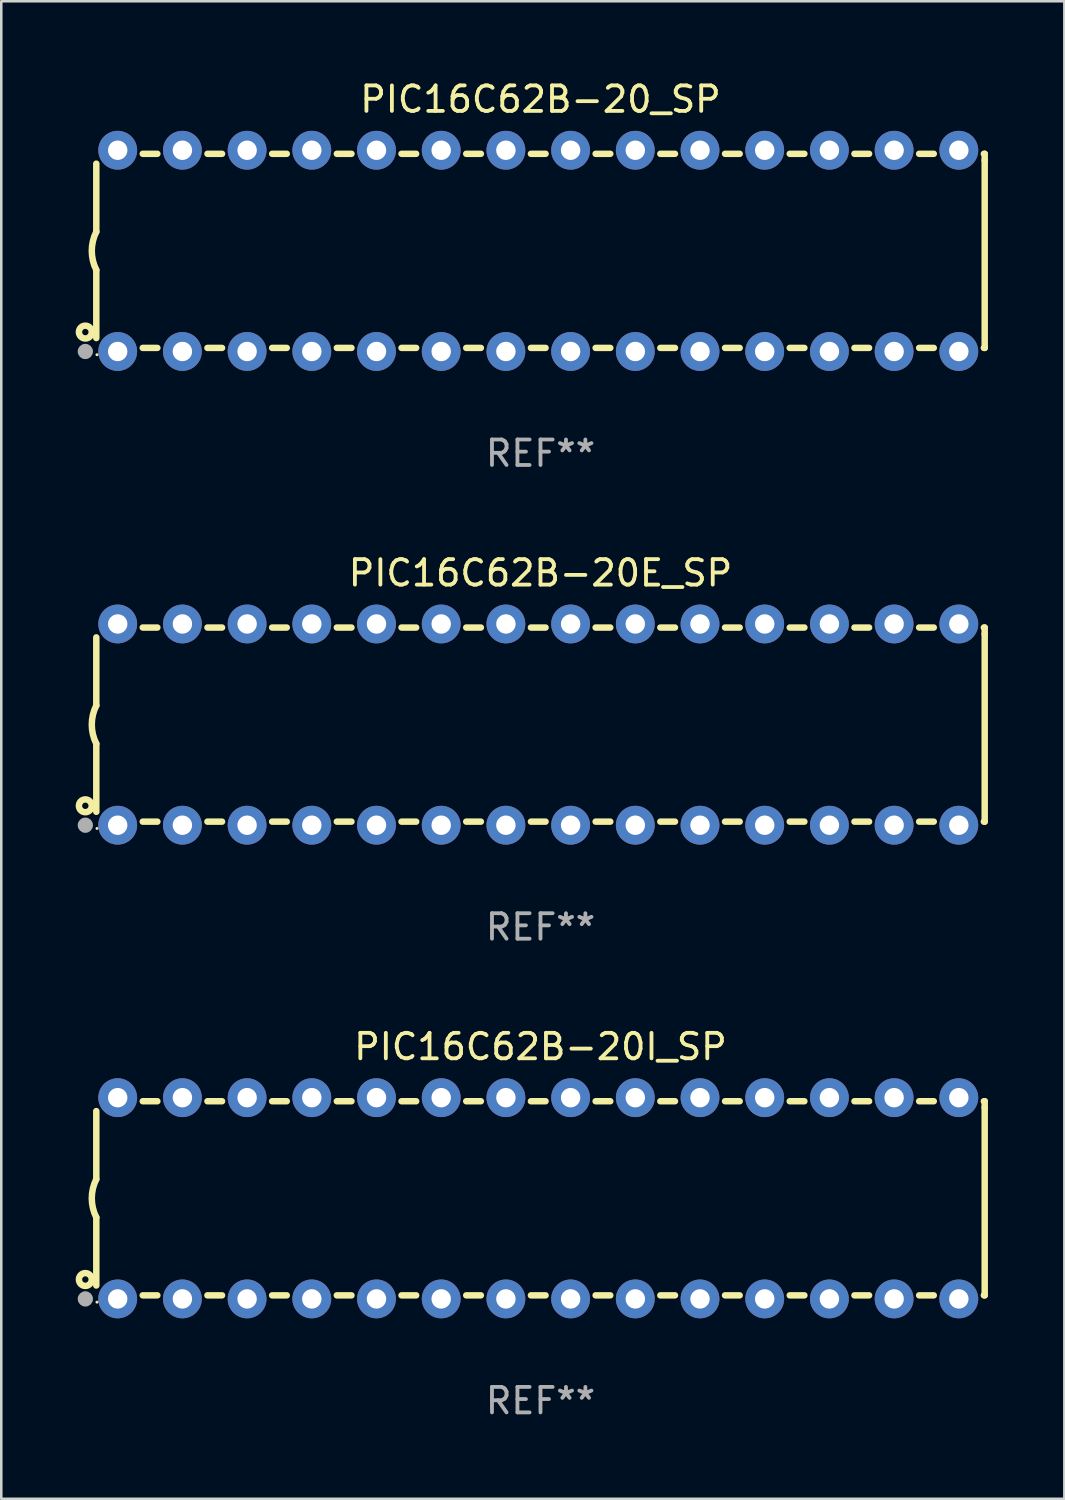
<source format=kicad_pcb>
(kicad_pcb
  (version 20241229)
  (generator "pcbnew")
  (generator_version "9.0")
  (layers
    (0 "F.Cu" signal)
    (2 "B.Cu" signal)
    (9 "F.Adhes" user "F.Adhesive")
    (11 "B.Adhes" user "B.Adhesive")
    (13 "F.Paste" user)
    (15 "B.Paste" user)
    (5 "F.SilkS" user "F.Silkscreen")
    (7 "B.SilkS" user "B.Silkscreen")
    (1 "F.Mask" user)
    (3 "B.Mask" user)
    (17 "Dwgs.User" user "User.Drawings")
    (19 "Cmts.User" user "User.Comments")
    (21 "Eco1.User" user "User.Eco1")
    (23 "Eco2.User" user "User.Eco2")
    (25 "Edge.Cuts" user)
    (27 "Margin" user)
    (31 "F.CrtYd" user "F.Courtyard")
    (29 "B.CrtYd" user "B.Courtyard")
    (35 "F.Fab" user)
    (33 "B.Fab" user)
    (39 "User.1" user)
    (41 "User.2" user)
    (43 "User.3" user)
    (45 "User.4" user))
  (footprint "PIC16C62B-20I_SP"
    (layer "F.Cu")
    (at 18.168 43.991)
    (property "Reference" "PIC16C62B-20I_SP" (at 0 -5.95 0) (layer "F.SilkS") (effects (font (size 1 1) (thickness 0.15))))
    (attr through_hole)
    (fp_line (start -17.438 0.75) (end -17.438 3.423) (stroke (width 0.254) (type solid)) (layer "F.SilkS"))
    (fp_line (start -17.438 -3.423) (end -17.438 -0.75) (stroke (width 0.254) (type solid)) (layer "F.SilkS"))
    (fp_line (start -15.615 3.81) (end -15.041 3.81) (stroke (width 0.254) (type solid)) (layer "F.SilkS"))
    (fp_line (start -15.041 -3.81) (end -15.614 -3.81) (stroke (width 0.254) (type solid)) (layer "F.SilkS"))
    (fp_line (start -13.075 3.81) (end -12.501 3.81) (stroke (width 0.254) (type solid)) (layer "F.SilkS"))
    (fp_line (start -12.501 -3.81) (end -13.074 -3.81) (stroke (width 0.254) (type solid)) (layer "F.SilkS"))
    (fp_line (start -10.535 3.81) (end -9.961 3.81) (stroke (width 0.254) (type solid)) (layer "F.SilkS"))
    (fp_line (start -9.961 -3.81) (end -10.534 -3.81) (stroke (width 0.254) (type solid)) (layer "F.SilkS"))
    (fp_line (start -7.995 3.81) (end -7.421 3.81) (stroke (width 0.254) (type solid)) (layer "F.SilkS"))
    (fp_line (start -7.421 -3.81) (end -7.995 -3.81) (stroke (width 0.254) (type solid)) (layer "F.SilkS"))
    (fp_line (start -5.455 3.81) (end -4.881 3.81) (stroke (width 0.254) (type solid)) (layer "F.SilkS"))
    (fp_line (start -4.881 -3.81) (end -5.455 -3.81) (stroke (width 0.254) (type solid)) (layer "F.SilkS"))
    (fp_line (start -2.915 3.81) (end -2.341 3.81) (stroke (width 0.254) (type solid)) (layer "F.SilkS"))
    (fp_line (start -2.341 -3.81) (end -2.915 -3.81) (stroke (width 0.254) (type solid)) (layer "F.SilkS"))
    (fp_line (start -0.375 3.81) (end 0.199 3.81) (stroke (width 0.254) (type solid)) (layer "F.SilkS"))
    (fp_line (start 0.199 -3.81) (end -0.375 -3.81) (stroke (width 0.254) (type solid)) (layer "F.SilkS"))
    (fp_line (start 2.165 3.81) (end 2.739 3.81) (stroke (width 0.254) (type solid)) (layer "F.SilkS"))
    (fp_line (start 2.739 -3.81) (end 2.165 -3.81) (stroke (width 0.254) (type solid)) (layer "F.SilkS"))
    (fp_line (start 4.705 3.81) (end 5.279 3.81) (stroke (width 0.254) (type solid)) (layer "F.SilkS"))
    (fp_line (start 5.279 -3.81) (end 4.705 -3.81) (stroke (width 0.254) (type solid)) (layer "F.SilkS"))
    (fp_line (start 7.245 3.81) (end 7.819 3.81) (stroke (width 0.254) (type solid)) (layer "F.SilkS"))
    (fp_line (start 7.819 -3.81) (end 7.245 -3.81) (stroke (width 0.254) (type solid)) (layer "F.SilkS"))
    (fp_line (start 9.785 3.81) (end 10.359 3.81) (stroke (width 0.254) (type solid)) (layer "F.SilkS"))
    (fp_line (start 10.359 -3.81) (end 9.785 -3.81) (stroke (width 0.254) (type solid)) (layer "F.SilkS"))
    (fp_line (start 12.325 3.81) (end 12.899 3.81) (stroke (width 0.254) (type solid)) (layer "F.SilkS"))
    (fp_line (start 12.899 -3.81) (end 12.325 -3.81) (stroke (width 0.254) (type solid)) (layer "F.SilkS"))
    (fp_line (start 14.865 3.81) (end 15.439 3.81) (stroke (width 0.254) (type solid)) (layer "F.SilkS"))
    (fp_line (start 15.439 -3.81) (end 14.865 -3.81) (stroke (width 0.254) (type solid)) (layer "F.SilkS"))
    (fp_line (start 17.405 3.81) (end 17.438 3.81) (stroke (width 0.254) (type solid)) (layer "F.SilkS"))
    (fp_line (start 17.438 -3.81) (end 17.405 -3.81) (stroke (width 0.254) (type solid)) (layer "F.SilkS"))
    (fp_line (start 17.438 -3.556) (end 17.438 -3.81) (stroke (width 0.254) (type solid)) (layer "F.SilkS"))
    (fp_line (start 17.438 3.81) (end 17.438 -3.556) (stroke (width 0.254) (type solid)) (layer "F.SilkS"))
    (fp_arc (start -17.437986 0.749657) (mid -17.614887 -0.000024) (end -17.437783 -0.749657) (stroke (width 0.254001) (type solid)) (layer "F.SilkS"))
    (fp_circle (center -17.868 3.188) (end -17.743 3.188) (stroke (width 0.254) (type solid)) (fill no) (layer "F.SilkS"))
    (fp_circle (center -17.411 4.077) (end -17.381 4.077) (stroke (width 0.06) (type solid)) (fill no) (layer "F.SilkS"))
    (fp_circle (center -17.868 3.95) (end -17.718 3.95) (stroke (width 0.3) (type solid)) (fill no) (layer "F.Fab"))
    (fp_text user "REF**" (at 0 7.95 0) (layer "F.Fab") (effects (font (size 1 1) (thickness 0.15))))
    (pad "1" thru_hole circle (at -16.598 3.95) (size 1.524 1.524) (drill 0.762) (layers "*.Cu" "*.Mask"))
    (pad "2" thru_hole circle (at -14.058 3.95) (size 1.524 1.524) (drill 0.762) (layers "*.Cu" "*.Mask"))
    (pad "3" thru_hole circle (at -11.518 3.95) (size 1.524 1.524) (drill 0.762) (layers "*.Cu" "*.Mask"))
    (pad "4" thru_hole circle (at -8.978 3.95) (size 1.524 1.524) (drill 0.762) (layers "*.Cu" "*.Mask"))
    (pad "5" thru_hole circle (at -6.438 3.95) (size 1.524 1.524) (drill 0.762) (layers "*.Cu" "*.Mask"))
    (pad "6" thru_hole circle (at -3.898 3.95) (size 1.524 1.524) (drill 0.762) (layers "*.Cu" "*.Mask"))
    (pad "7" thru_hole circle (at -1.358 3.95) (size 1.524 1.524) (drill 0.762) (layers "*.Cu" "*.Mask"))
    (pad "8" thru_hole circle (at 1.182 3.95) (size 1.524 1.524) (drill 0.762) (layers "*.Cu" "*.Mask"))
    (pad "9" thru_hole circle (at 3.722 3.95) (size 1.524 1.524) (drill 0.762) (layers "*.Cu" "*.Mask"))
    (pad "10" thru_hole circle (at 6.262 3.95) (size 1.524 1.524) (drill 0.762) (layers "*.Cu" "*.Mask"))
    (pad "11" thru_hole circle (at 8.802 3.95) (size 1.524 1.524) (drill 0.762) (layers "*.Cu" "*.Mask"))
    (pad "12" thru_hole circle (at 11.342 3.95) (size 1.524 1.524) (drill 0.762) (layers "*.Cu" "*.Mask"))
    (pad "13" thru_hole circle (at 13.882 3.95) (size 1.524 1.524) (drill 0.762) (layers "*.Cu" "*.Mask"))
    (pad "14" thru_hole circle (at 16.422 3.95) (size 1.524 1.524) (drill 0.762) (layers "*.Cu" "*.Mask"))
    (pad "15" thru_hole circle (at 16.422 -3.95) (size 1.524 1.524) (drill 0.762) (layers "*.Cu" "*.Mask"))
    (pad "16" thru_hole circle (at 13.882 -3.95) (size 1.524 1.524) (drill 0.762) (layers "*.Cu" "*.Mask"))
    (pad "17" thru_hole circle (at 11.342 -3.95) (size 1.524 1.524) (drill 0.762) (layers "*.Cu" "*.Mask"))
    (pad "18" thru_hole circle (at 8.802 -3.95) (size 1.524 1.524) (drill 0.762) (layers "*.Cu" "*.Mask"))
    (pad "19" thru_hole circle (at 6.262 -3.95) (size 1.524 1.524) (drill 0.762) (layers "*.Cu" "*.Mask"))
    (pad "20" thru_hole circle (at 3.722 -3.95) (size 1.524 1.524) (drill 0.762) (layers "*.Cu" "*.Mask"))
    (pad "21" thru_hole circle (at 1.182 -3.95) (size 1.524 1.524) (drill 0.762) (layers "*.Cu" "*.Mask"))
    (pad "22" thru_hole circle (at -1.358 -3.95) (size 1.524 1.524) (drill 0.762) (layers "*.Cu" "*.Mask"))
    (pad "23" thru_hole circle (at -3.898 -3.95) (size 1.524 1.524) (drill 0.762) (layers "*.Cu" "*.Mask"))
    (pad "24" thru_hole circle (at -6.438 -3.95) (size 1.524 1.524) (drill 0.762) (layers "*.Cu" "*.Mask"))
    (pad "25" thru_hole circle (at -8.978 -3.95) (size 1.524 1.524) (drill 0.762) (layers "*.Cu" "*.Mask"))
    (pad "26" thru_hole circle (at -11.517 -3.95) (size 1.524 1.524) (drill 0.762) (layers "*.Cu" "*.Mask"))
    (pad "27" thru_hole circle (at -14.057 -3.95) (size 1.524 1.524) (drill 0.762) (layers "*.Cu" "*.Mask"))
    (pad "28" thru_hole circle (at -16.597 -3.95) (size 1.524 1.524) (drill 0.762) (layers "*.Cu" "*.Mask")))
  (footprint "PIC16C62B-20_SP"
    (layer "F.Cu")
    (at 18.168 6.798)
    (property "Reference" "PIC16C62B-20_SP" (at 0 -5.95 0) (layer "F.SilkS") (effects (font (size 1 1) (thickness 0.15))))
    (attr through_hole)
    (fp_line (start -17.438 0.75) (end -17.438 3.423) (stroke (width 0.254) (type solid)) (layer "F.SilkS"))
    (fp_line (start -17.438 -3.423) (end -17.438 -0.75) (stroke (width 0.254) (type solid)) (layer "F.SilkS"))
    (fp_line (start -15.615 3.81) (end -15.041 3.81) (stroke (width 0.254) (type solid)) (layer "F.SilkS"))
    (fp_line (start -15.041 -3.81) (end -15.614 -3.81) (stroke (width 0.254) (type solid)) (layer "F.SilkS"))
    (fp_line (start -13.075 3.81) (end -12.501 3.81) (stroke (width 0.254) (type solid)) (layer "F.SilkS"))
    (fp_line (start -12.501 -3.81) (end -13.074 -3.81) (stroke (width 0.254) (type solid)) (layer "F.SilkS"))
    (fp_line (start -10.535 3.81) (end -9.961 3.81) (stroke (width 0.254) (type solid)) (layer "F.SilkS"))
    (fp_line (start -9.961 -3.81) (end -10.534 -3.81) (stroke (width 0.254) (type solid)) (layer "F.SilkS"))
    (fp_line (start -7.995 3.81) (end -7.421 3.81) (stroke (width 0.254) (type solid)) (layer "F.SilkS"))
    (fp_line (start -7.421 -3.81) (end -7.995 -3.81) (stroke (width 0.254) (type solid)) (layer "F.SilkS"))
    (fp_line (start -5.455 3.81) (end -4.881 3.81) (stroke (width 0.254) (type solid)) (layer "F.SilkS"))
    (fp_line (start -4.881 -3.81) (end -5.455 -3.81) (stroke (width 0.254) (type solid)) (layer "F.SilkS"))
    (fp_line (start -2.915 3.81) (end -2.341 3.81) (stroke (width 0.254) (type solid)) (layer "F.SilkS"))
    (fp_line (start -2.341 -3.81) (end -2.915 -3.81) (stroke (width 0.254) (type solid)) (layer "F.SilkS"))
    (fp_line (start -0.375 3.81) (end 0.199 3.81) (stroke (width 0.254) (type solid)) (layer "F.SilkS"))
    (fp_line (start 0.199 -3.81) (end -0.375 -3.81) (stroke (width 0.254) (type solid)) (layer "F.SilkS"))
    (fp_line (start 2.165 3.81) (end 2.739 3.81) (stroke (width 0.254) (type solid)) (layer "F.SilkS"))
    (fp_line (start 2.739 -3.81) (end 2.165 -3.81) (stroke (width 0.254) (type solid)) (layer "F.SilkS"))
    (fp_line (start 4.705 3.81) (end 5.279 3.81) (stroke (width 0.254) (type solid)) (layer "F.SilkS"))
    (fp_line (start 5.279 -3.81) (end 4.705 -3.81) (stroke (width 0.254) (type solid)) (layer "F.SilkS"))
    (fp_line (start 7.245 3.81) (end 7.819 3.81) (stroke (width 0.254) (type solid)) (layer "F.SilkS"))
    (fp_line (start 7.819 -3.81) (end 7.245 -3.81) (stroke (width 0.254) (type solid)) (layer "F.SilkS"))
    (fp_line (start 9.785 3.81) (end 10.359 3.81) (stroke (width 0.254) (type solid)) (layer "F.SilkS"))
    (fp_line (start 10.359 -3.81) (end 9.785 -3.81) (stroke (width 0.254) (type solid)) (layer "F.SilkS"))
    (fp_line (start 12.325 3.81) (end 12.899 3.81) (stroke (width 0.254) (type solid)) (layer "F.SilkS"))
    (fp_line (start 12.899 -3.81) (end 12.325 -3.81) (stroke (width 0.254) (type solid)) (layer "F.SilkS"))
    (fp_line (start 14.865 3.81) (end 15.439 3.81) (stroke (width 0.254) (type solid)) (layer "F.SilkS"))
    (fp_line (start 15.439 -3.81) (end 14.865 -3.81) (stroke (width 0.254) (type solid)) (layer "F.SilkS"))
    (fp_line (start 17.405 3.81) (end 17.438 3.81) (stroke (width 0.254) (type solid)) (layer "F.SilkS"))
    (fp_line (start 17.438 -3.81) (end 17.405 -3.81) (stroke (width 0.254) (type solid)) (layer "F.SilkS"))
    (fp_line (start 17.438 -3.556) (end 17.438 -3.81) (stroke (width 0.254) (type solid)) (layer "F.SilkS"))
    (fp_line (start 17.438 3.81) (end 17.438 -3.556) (stroke (width 0.254) (type solid)) (layer "F.SilkS"))
    (fp_arc (start -17.437986 0.749657) (mid -17.614887 -0.000024) (end -17.437783 -0.749657) (stroke (width 0.254001) (type solid)) (layer "F.SilkS"))
    (fp_circle (center -17.868 3.188) (end -17.743 3.188) (stroke (width 0.254) (type solid)) (fill no) (layer "F.SilkS"))
    (fp_circle (center -17.411 4.077) (end -17.381 4.077) (stroke (width 0.06) (type solid)) (fill no) (layer "F.SilkS"))
    (fp_circle (center -17.868 3.95) (end -17.718 3.95) (stroke (width 0.3) (type solid)) (fill no) (layer "F.Fab"))
    (fp_text user "REF**" (at 0 7.95 0) (layer "F.Fab") (effects (font (size 1 1) (thickness 0.15))))
    (pad "1" thru_hole circle (at -16.598 3.95) (size 1.524 1.524) (drill 0.762) (layers "*.Cu" "*.Mask"))
    (pad "2" thru_hole circle (at -14.058 3.95) (size 1.524 1.524) (drill 0.762) (layers "*.Cu" "*.Mask"))
    (pad "3" thru_hole circle (at -11.518 3.95) (size 1.524 1.524) (drill 0.762) (layers "*.Cu" "*.Mask"))
    (pad "4" thru_hole circle (at -8.978 3.95) (size 1.524 1.524) (drill 0.762) (layers "*.Cu" "*.Mask"))
    (pad "5" thru_hole circle (at -6.438 3.95) (size 1.524 1.524) (drill 0.762) (layers "*.Cu" "*.Mask"))
    (pad "6" thru_hole circle (at -3.898 3.95) (size 1.524 1.524) (drill 0.762) (layers "*.Cu" "*.Mask"))
    (pad "7" thru_hole circle (at -1.358 3.95) (size 1.524 1.524) (drill 0.762) (layers "*.Cu" "*.Mask"))
    (pad "8" thru_hole circle (at 1.182 3.95) (size 1.524 1.524) (drill 0.762) (layers "*.Cu" "*.Mask"))
    (pad "9" thru_hole circle (at 3.722 3.95) (size 1.524 1.524) (drill 0.762) (layers "*.Cu" "*.Mask"))
    (pad "10" thru_hole circle (at 6.262 3.95) (size 1.524 1.524) (drill 0.762) (layers "*.Cu" "*.Mask"))
    (pad "11" thru_hole circle (at 8.802 3.95) (size 1.524 1.524) (drill 0.762) (layers "*.Cu" "*.Mask"))
    (pad "12" thru_hole circle (at 11.342 3.95) (size 1.524 1.524) (drill 0.762) (layers "*.Cu" "*.Mask"))
    (pad "13" thru_hole circle (at 13.882 3.95) (size 1.524 1.524) (drill 0.762) (layers "*.Cu" "*.Mask"))
    (pad "14" thru_hole circle (at 16.422 3.95) (size 1.524 1.524) (drill 0.762) (layers "*.Cu" "*.Mask"))
    (pad "15" thru_hole circle (at 16.422 -3.95) (size 1.524 1.524) (drill 0.762) (layers "*.Cu" "*.Mask"))
    (pad "16" thru_hole circle (at 13.882 -3.95) (size 1.524 1.524) (drill 0.762) (layers "*.Cu" "*.Mask"))
    (pad "17" thru_hole circle (at 11.342 -3.95) (size 1.524 1.524) (drill 0.762) (layers "*.Cu" "*.Mask"))
    (pad "18" thru_hole circle (at 8.802 -3.95) (size 1.524 1.524) (drill 0.762) (layers "*.Cu" "*.Mask"))
    (pad "19" thru_hole circle (at 6.262 -3.95) (size 1.524 1.524) (drill 0.762) (layers "*.Cu" "*.Mask"))
    (pad "20" thru_hole circle (at 3.722 -3.95) (size 1.524 1.524) (drill 0.762) (layers "*.Cu" "*.Mask"))
    (pad "21" thru_hole circle (at 1.182 -3.95) (size 1.524 1.524) (drill 0.762) (layers "*.Cu" "*.Mask"))
    (pad "22" thru_hole circle (at -1.358 -3.95) (size 1.524 1.524) (drill 0.762) (layers "*.Cu" "*.Mask"))
    (pad "23" thru_hole circle (at -3.898 -3.95) (size 1.524 1.524) (drill 0.762) (layers "*.Cu" "*.Mask"))
    (pad "24" thru_hole circle (at -6.438 -3.95) (size 1.524 1.524) (drill 0.762) (layers "*.Cu" "*.Mask"))
    (pad "25" thru_hole circle (at -8.978 -3.95) (size 1.524 1.524) (drill 0.762) (layers "*.Cu" "*.Mask"))
    (pad "26" thru_hole circle (at -11.517 -3.95) (size 1.524 1.524) (drill 0.762) (layers "*.Cu" "*.Mask"))
    (pad "27" thru_hole circle (at -14.057 -3.95) (size 1.524 1.524) (drill 0.762) (layers "*.Cu" "*.Mask"))
    (pad "28" thru_hole circle (at -16.597 -3.95) (size 1.524 1.524) (drill 0.762) (layers "*.Cu" "*.Mask")))
  (footprint "PIC16C62B-20E_SP"
    (layer "F.Cu")
    (at 18.168 25.395)
    (property "Reference" "PIC16C62B-20E_SP" (at 0 -5.95 0) (layer "F.SilkS") (effects (font (size 1 1) (thickness 0.15))))
    (attr through_hole)
    (fp_line (start -17.438 0.75) (end -17.438 3.423) (stroke (width 0.254) (type solid)) (layer "F.SilkS"))
    (fp_line (start -17.438 -3.423) (end -17.438 -0.75) (stroke (width 0.254) (type solid)) (layer "F.SilkS"))
    (fp_line (start -15.615 3.81) (end -15.041 3.81) (stroke (width 0.254) (type solid)) (layer "F.SilkS"))
    (fp_line (start -15.041 -3.81) (end -15.614 -3.81) (stroke (width 0.254) (type solid)) (layer "F.SilkS"))
    (fp_line (start -13.075 3.81) (end -12.501 3.81) (stroke (width 0.254) (type solid)) (layer "F.SilkS"))
    (fp_line (start -12.501 -3.81) (end -13.074 -3.81) (stroke (width 0.254) (type solid)) (layer "F.SilkS"))
    (fp_line (start -10.535 3.81) (end -9.961 3.81) (stroke (width 0.254) (type solid)) (layer "F.SilkS"))
    (fp_line (start -9.961 -3.81) (end -10.534 -3.81) (stroke (width 0.254) (type solid)) (layer "F.SilkS"))
    (fp_line (start -7.995 3.81) (end -7.421 3.81) (stroke (width 0.254) (type solid)) (layer "F.SilkS"))
    (fp_line (start -7.421 -3.81) (end -7.995 -3.81) (stroke (width 0.254) (type solid)) (layer "F.SilkS"))
    (fp_line (start -5.455 3.81) (end -4.881 3.81) (stroke (width 0.254) (type solid)) (layer "F.SilkS"))
    (fp_line (start -4.881 -3.81) (end -5.455 -3.81) (stroke (width 0.254) (type solid)) (layer "F.SilkS"))
    (fp_line (start -2.915 3.81) (end -2.341 3.81) (stroke (width 0.254) (type solid)) (layer "F.SilkS"))
    (fp_line (start -2.341 -3.81) (end -2.915 -3.81) (stroke (width 0.254) (type solid)) (layer "F.SilkS"))
    (fp_line (start -0.375 3.81) (end 0.199 3.81) (stroke (width 0.254) (type solid)) (layer "F.SilkS"))
    (fp_line (start 0.199 -3.81) (end -0.375 -3.81) (stroke (width 0.254) (type solid)) (layer "F.SilkS"))
    (fp_line (start 2.165 3.81) (end 2.739 3.81) (stroke (width 0.254) (type solid)) (layer "F.SilkS"))
    (fp_line (start 2.739 -3.81) (end 2.165 -3.81) (stroke (width 0.254) (type solid)) (layer "F.SilkS"))
    (fp_line (start 4.705 3.81) (end 5.279 3.81) (stroke (width 0.254) (type solid)) (layer "F.SilkS"))
    (fp_line (start 5.279 -3.81) (end 4.705 -3.81) (stroke (width 0.254) (type solid)) (layer "F.SilkS"))
    (fp_line (start 7.245 3.81) (end 7.819 3.81) (stroke (width 0.254) (type solid)) (layer "F.SilkS"))
    (fp_line (start 7.819 -3.81) (end 7.245 -3.81) (stroke (width 0.254) (type solid)) (layer "F.SilkS"))
    (fp_line (start 9.785 3.81) (end 10.359 3.81) (stroke (width 0.254) (type solid)) (layer "F.SilkS"))
    (fp_line (start 10.359 -3.81) (end 9.785 -3.81) (stroke (width 0.254) (type solid)) (layer "F.SilkS"))
    (fp_line (start 12.325 3.81) (end 12.899 3.81) (stroke (width 0.254) (type solid)) (layer "F.SilkS"))
    (fp_line (start 12.899 -3.81) (end 12.325 -3.81) (stroke (width 0.254) (type solid)) (layer "F.SilkS"))
    (fp_line (start 14.865 3.81) (end 15.439 3.81) (stroke (width 0.254) (type solid)) (layer "F.SilkS"))
    (fp_line (start 15.439 -3.81) (end 14.865 -3.81) (stroke (width 0.254) (type solid)) (layer "F.SilkS"))
    (fp_line (start 17.405 3.81) (end 17.438 3.81) (stroke (width 0.254) (type solid)) (layer "F.SilkS"))
    (fp_line (start 17.438 -3.81) (end 17.405 -3.81) (stroke (width 0.254) (type solid)) (layer "F.SilkS"))
    (fp_line (start 17.438 -3.556) (end 17.438 -3.81) (stroke (width 0.254) (type solid)) (layer "F.SilkS"))
    (fp_line (start 17.438 3.81) (end 17.438 -3.556) (stroke (width 0.254) (type solid)) (layer "F.SilkS"))
    (fp_arc (start -17.437986 0.749657) (mid -17.614887 -0.000024) (end -17.437783 -0.749657) (stroke (width 0.254001) (type solid)) (layer "F.SilkS"))
    (fp_circle (center -17.868 3.188) (end -17.743 3.188) (stroke (width 0.254) (type solid)) (fill no) (layer "F.SilkS"))
    (fp_circle (center -17.411 4.077) (end -17.381 4.077) (stroke (width 0.06) (type solid)) (fill no) (layer "F.SilkS"))
    (fp_circle (center -17.868 3.95) (end -17.718 3.95) (stroke (width 0.3) (type solid)) (fill no) (layer "F.Fab"))
    (fp_text user "REF**" (at 0 7.95 0) (layer "F.Fab") (effects (font (size 1 1) (thickness 0.15))))
    (pad "1" thru_hole circle (at -16.598 3.95) (size 1.524 1.524) (drill 0.762) (layers "*.Cu" "*.Mask"))
    (pad "2" thru_hole circle (at -14.058 3.95) (size 1.524 1.524) (drill 0.762) (layers "*.Cu" "*.Mask"))
    (pad "3" thru_hole circle (at -11.518 3.95) (size 1.524 1.524) (drill 0.762) (layers "*.Cu" "*.Mask"))
    (pad "4" thru_hole circle (at -8.978 3.95) (size 1.524 1.524) (drill 0.762) (layers "*.Cu" "*.Mask"))
    (pad "5" thru_hole circle (at -6.438 3.95) (size 1.524 1.524) (drill 0.762) (layers "*.Cu" "*.Mask"))
    (pad "6" thru_hole circle (at -3.898 3.95) (size 1.524 1.524) (drill 0.762) (layers "*.Cu" "*.Mask"))
    (pad "7" thru_hole circle (at -1.358 3.95) (size 1.524 1.524) (drill 0.762) (layers "*.Cu" "*.Mask"))
    (pad "8" thru_hole circle (at 1.182 3.95) (size 1.524 1.524) (drill 0.762) (layers "*.Cu" "*.Mask"))
    (pad "9" thru_hole circle (at 3.722 3.95) (size 1.524 1.524) (drill 0.762) (layers "*.Cu" "*.Mask"))
    (pad "10" thru_hole circle (at 6.262 3.95) (size 1.524 1.524) (drill 0.762) (layers "*.Cu" "*.Mask"))
    (pad "11" thru_hole circle (at 8.802 3.95) (size 1.524 1.524) (drill 0.762) (layers "*.Cu" "*.Mask"))
    (pad "12" thru_hole circle (at 11.342 3.95) (size 1.524 1.524) (drill 0.762) (layers "*.Cu" "*.Mask"))
    (pad "13" thru_hole circle (at 13.882 3.95) (size 1.524 1.524) (drill 0.762) (layers "*.Cu" "*.Mask"))
    (pad "14" thru_hole circle (at 16.422 3.95) (size 1.524 1.524) (drill 0.762) (layers "*.Cu" "*.Mask"))
    (pad "15" thru_hole circle (at 16.422 -3.95) (size 1.524 1.524) (drill 0.762) (layers "*.Cu" "*.Mask"))
    (pad "16" thru_hole circle (at 13.882 -3.95) (size 1.524 1.524) (drill 0.762) (layers "*.Cu" "*.Mask"))
    (pad "17" thru_hole circle (at 11.342 -3.95) (size 1.524 1.524) (drill 0.762) (layers "*.Cu" "*.Mask"))
    (pad "18" thru_hole circle (at 8.802 -3.95) (size 1.524 1.524) (drill 0.762) (layers "*.Cu" "*.Mask"))
    (pad "19" thru_hole circle (at 6.262 -3.95) (size 1.524 1.524) (drill 0.762) (layers "*.Cu" "*.Mask"))
    (pad "20" thru_hole circle (at 3.722 -3.95) (size 1.524 1.524) (drill 0.762) (layers "*.Cu" "*.Mask"))
    (pad "21" thru_hole circle (at 1.182 -3.95) (size 1.524 1.524) (drill 0.762) (layers "*.Cu" "*.Mask"))
    (pad "22" thru_hole circle (at -1.358 -3.95) (size 1.524 1.524) (drill 0.762) (layers "*.Cu" "*.Mask"))
    (pad "23" thru_hole circle (at -3.898 -3.95) (size 1.524 1.524) (drill 0.762) (layers "*.Cu" "*.Mask"))
    (pad "24" thru_hole circle (at -6.438 -3.95) (size 1.524 1.524) (drill 0.762) (layers "*.Cu" "*.Mask"))
    (pad "25" thru_hole circle (at -8.978 -3.95) (size 1.524 1.524) (drill 0.762) (layers "*.Cu" "*.Mask"))
    (pad "26" thru_hole circle (at -11.517 -3.95) (size 1.524 1.524) (drill 0.762) (layers "*.Cu" "*.Mask"))
    (pad "27" thru_hole circle (at -14.057 -3.95) (size 1.524 1.524) (drill 0.762) (layers "*.Cu" "*.Mask"))
    (pad "28" thru_hole circle (at -16.597 -3.95) (size 1.524 1.524) (drill 0.762) (layers "*.Cu" "*.Mask")))
  (gr_rect
    (start -3 -3)
    (end 38.733 55.789)
    (stroke (width 0.1) (type default))
    (fill no)
    (layer "Edge.Cuts")))
</source>
